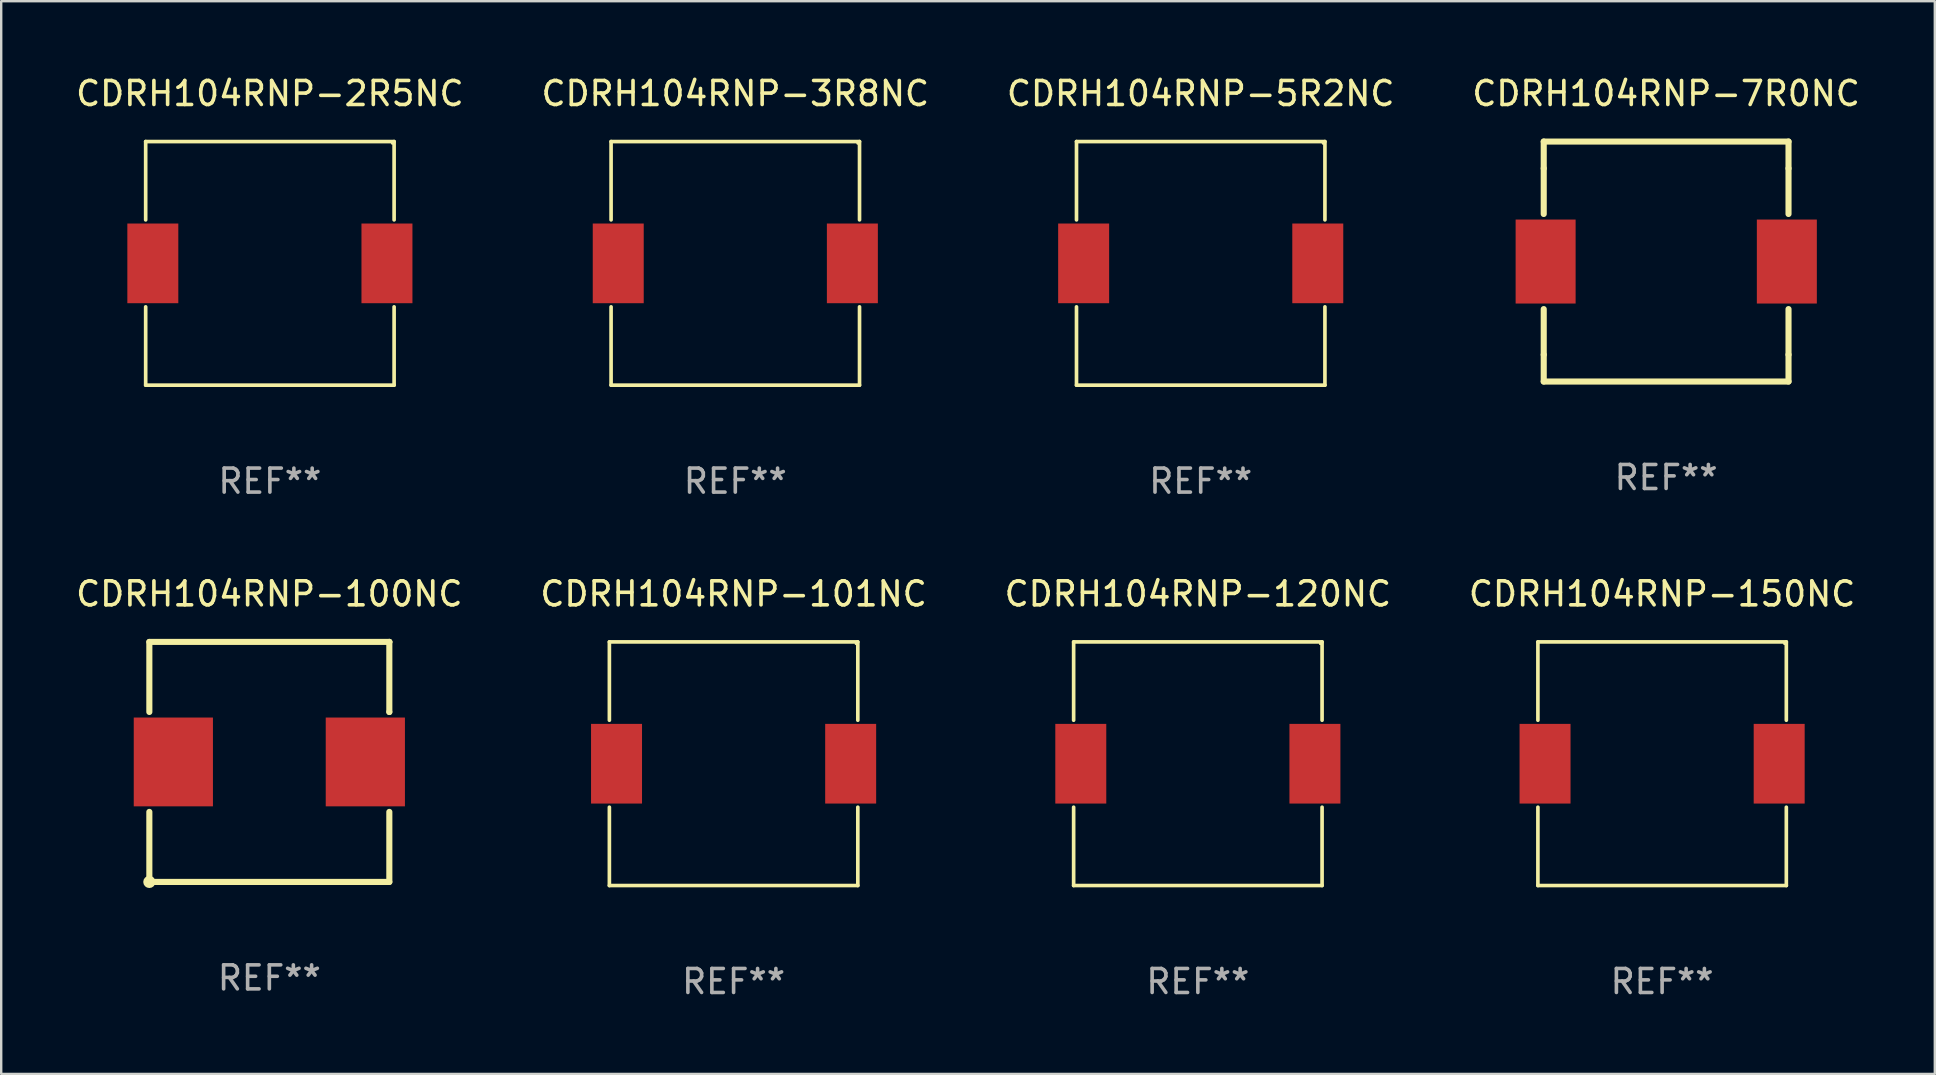
<source format=kicad_pcb>
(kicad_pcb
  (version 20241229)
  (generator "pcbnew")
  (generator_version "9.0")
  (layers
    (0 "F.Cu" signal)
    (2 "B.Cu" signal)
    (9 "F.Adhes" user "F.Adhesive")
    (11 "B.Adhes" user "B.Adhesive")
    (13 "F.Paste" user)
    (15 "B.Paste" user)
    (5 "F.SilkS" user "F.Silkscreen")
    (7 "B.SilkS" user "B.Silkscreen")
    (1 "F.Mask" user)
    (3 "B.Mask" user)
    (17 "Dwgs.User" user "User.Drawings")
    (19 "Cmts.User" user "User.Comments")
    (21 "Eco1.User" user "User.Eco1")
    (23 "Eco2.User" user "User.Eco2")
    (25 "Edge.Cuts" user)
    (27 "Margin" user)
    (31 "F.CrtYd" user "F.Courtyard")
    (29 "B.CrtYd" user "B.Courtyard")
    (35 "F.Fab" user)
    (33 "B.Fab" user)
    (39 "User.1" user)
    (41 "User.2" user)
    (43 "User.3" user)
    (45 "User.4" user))
  (footprint "CDRH104RNP-7R0NC"
    (layer "F.Cu")
    (at 66.375 7.848)
    (property "Reference" "CDRH104RNP-7R0NC" (at 0 -7 0) (layer "F.SilkS") (effects (font (size 1 1) (thickness 0.15))))
    (attr through_hole)
    (fp_line (start -5.1 -5) (end 5.1 -5) (stroke (width 0.254) (type solid)) (layer "F.SilkS"))
    (fp_line (start -5.1 -3.881) (end -5.1 -5) (stroke (width 0.254) (type solid)) (layer "F.SilkS"))
    (fp_line (start -5.1 -3.881) (end -5.1 -1.981) (stroke (width 0.254) (type solid)) (layer "F.SilkS"))
    (fp_line (start -5.1 1.981) (end -5.1 3.881) (stroke (width 0.254) (type solid)) (layer "F.SilkS"))
    (fp_line (start -5.1 5) (end -5.1 3.881) (stroke (width 0.254) (type solid)) (layer "F.SilkS"))
    (fp_line (start -5.1 5) (end 5.1 5) (stroke (width 0.254) (type solid)) (layer "F.SilkS"))
    (fp_line (start 5.1 -5) (end 5.1 -3.881) (stroke (width 0.254) (type solid)) (layer "F.SilkS"))
    (fp_line (start 5.1 -3.881) (end 5.1 -1.981) (stroke (width 0.254) (type solid)) (layer "F.SilkS"))
    (fp_line (start 5.1 1.981) (end 5.1 3.881) (stroke (width 0.254) (type solid)) (layer "F.SilkS"))
    (fp_line (start 5.1 3.881) (end 5.1 5) (stroke (width 0.254) (type solid)) (layer "F.SilkS"))
    (fp_circle (center -5.1 5) (end -5.07 5) (stroke (width 0.06) (type solid)) (fill no) (layer "F.SilkS"))
    (fp_text user "REF**" (at 0 9 0) (layer "F.Fab") (effects (font (size 1 1) (thickness 0.15))))
    (pad "1" smd rect (at -5.021 0) (size 2.5 3.5) (layers "F.Cu" "F.Mask" "F.Paste"))
    (pad "2" smd rect (at 5.03 0) (size 2.5 3.5) (layers "F.Cu" "F.Mask" "F.Paste")))
  (footprint "CDRH104RNP-2R5NC"
    (layer "F.Cu")
    (at 8.196 7.924)
    (property "Reference" "CDRH104RNP-2R5NC" (at 0 -7.076 0) (layer "F.SilkS") (effects (font (size 1 1) (thickness 0.15))))
    (attr through_hole)
    (fp_line (start -5.176 -5.076) (end 5.176 -5.076) (stroke (width 0.152) (type solid)) (layer "F.SilkS"))
    (fp_line (start -5.176 -1.812) (end -5.176 -5.076) (stroke (width 0.152) (type solid)) (layer "F.SilkS"))
    (fp_line (start -5.176 1.812) (end -5.176 5.076) (stroke (width 0.152) (type solid)) (layer "F.SilkS"))
    (fp_line (start -5.176 5.076) (end 5.176 5.076) (stroke (width 0.152) (type solid)) (layer "F.SilkS"))
    (fp_line (start 5.176 -5.076) (end 5.176 -1.812) (stroke (width 0.152) (type solid)) (layer "F.SilkS"))
    (fp_line (start 5.176 5.076) (end 5.176 1.812) (stroke (width 0.152) (type solid)) (layer "F.SilkS"))
    (fp_circle (center 5.1 -5) (end 5.13 -5) (stroke (width 0.06) (type solid)) (fill no) (layer "F.SilkS"))
    (fp_text user "REF**" (at 0 9.076 0) (layer "F.Fab") (effects (font (size 1 1) (thickness 0.15))))
    (pad "1" smd rect (at 4.878 0) (size 2.124 3.32) (layers "F.Cu" "F.Mask" "F.Paste"))
    (pad "2" smd rect (at -4.878 0) (size 2.124 3.32) (layers "F.Cu" "F.Mask" "F.Paste")))
  (footprint "CDRH104RNP-100NC"
    (layer "F.Cu")
    (at 8.173 28.698)
    (property "Reference" "CDRH104RNP-100NC" (at 0 -7.001 0) (layer "F.SilkS") (effects (font (size 1 1) (thickness 0.15))))
    (attr through_hole)
    (fp_line (start -5 -5.001) (end 5 -5.001) (stroke (width 0.254) (type solid)) (layer "F.SilkS"))
    (fp_line (start -5 -2.081) (end -5 -4.999) (stroke (width 0.254) (type solid)) (layer "F.SilkS"))
    (fp_line (start -5 5.001) (end -5 2.082) (stroke (width 0.254) (type solid)) (layer "F.SilkS"))
    (fp_line (start 5 -5.001) (end 5 -4.998) (stroke (width 0.254) (type solid)) (layer "F.SilkS"))
    (fp_line (start 5 -4.998) (end 5 -2.08) (stroke (width 0.254) (type solid)) (layer "F.SilkS"))
    (fp_line (start 5 -2.08) (end 5 -2.08) (stroke (width 0.254) (type solid)) (layer "F.SilkS"))
    (fp_line (start 5 2.082) (end 5 5.001) (stroke (width 0.254) (type solid)) (layer "F.SilkS"))
    (fp_line (start 5 5.001) (end -5 5.001) (stroke (width 0.254) (type solid)) (layer "F.SilkS"))
    (fp_circle (center -5 5.001) (end -4.873 5.001) (stroke (width 0.254) (type solid)) (fill no) (layer "F.SilkS"))
    (fp_text user "REF**" (at 0 9.001 0) (layer "F.Fab") (effects (font (size 1 1) (thickness 0.15))))
    (pad "1" smd rect (at -4 0.001) (size 3.3 3.7) (layers "F.Cu" "F.Mask" "F.Paste"))
    (pad "2" smd rect (at 4 0.001) (size 3.3 3.7) (layers "F.Cu" "F.Mask" "F.Paste")))
  (footprint "CDRH104RNP-5R2NC"
    (layer "F.Cu")
    (at 46.982 7.924)
    (property "Reference" "CDRH104RNP-5R2NC" (at 0 -7.076 0) (layer "F.SilkS") (effects (font (size 1 1) (thickness 0.15))))
    (attr through_hole)
    (fp_line (start -5.176 -5.076) (end 5.176 -5.076) (stroke (width 0.152) (type solid)) (layer "F.SilkS"))
    (fp_line (start -5.176 -1.812) (end -5.176 -5.076) (stroke (width 0.152) (type solid)) (layer "F.SilkS"))
    (fp_line (start -5.176 1.812) (end -5.176 5.076) (stroke (width 0.152) (type solid)) (layer "F.SilkS"))
    (fp_line (start -5.176 5.076) (end 5.176 5.076) (stroke (width 0.152) (type solid)) (layer "F.SilkS"))
    (fp_line (start 5.176 -5.076) (end 5.176 -1.812) (stroke (width 0.152) (type solid)) (layer "F.SilkS"))
    (fp_line (start 5.176 5.076) (end 5.176 1.812) (stroke (width 0.152) (type solid)) (layer "F.SilkS"))
    (fp_circle (center 5.1 -5) (end 5.13 -5) (stroke (width 0.06) (type solid)) (fill no) (layer "F.SilkS"))
    (fp_text user "REF**" (at 0 9.076 0) (layer "F.Fab") (effects (font (size 1 1) (thickness 0.15))))
    (pad "1" smd rect (at 4.878 0) (size 2.124 3.32) (layers "F.Cu" "F.Mask" "F.Paste"))
    (pad "2" smd rect (at -4.878 0) (size 2.124 3.32) (layers "F.Cu" "F.Mask" "F.Paste")))
  (footprint "CDRH104RNP-150NC"
    (layer "F.Cu")
    (at 66.208 28.773)
    (property "Reference" "CDRH104RNP-150NC" (at 0 -7.076 0) (layer "F.SilkS") (effects (font (size 1 1) (thickness 0.15))))
    (attr through_hole)
    (fp_line (start -5.176 -5.076) (end 5.176 -5.076) (stroke (width 0.152) (type solid)) (layer "F.SilkS"))
    (fp_line (start -5.176 -1.812) (end -5.176 -5.076) (stroke (width 0.152) (type solid)) (layer "F.SilkS"))
    (fp_line (start -5.176 1.812) (end -5.176 5.076) (stroke (width 0.152) (type solid)) (layer "F.SilkS"))
    (fp_line (start -5.176 5.076) (end 5.176 5.076) (stroke (width 0.152) (type solid)) (layer "F.SilkS"))
    (fp_line (start 5.176 -5.076) (end 5.176 -1.812) (stroke (width 0.152) (type solid)) (layer "F.SilkS"))
    (fp_line (start 5.176 5.076) (end 5.176 1.812) (stroke (width 0.152) (type solid)) (layer "F.SilkS"))
    (fp_circle (center 5.1 -5) (end 5.13 -5) (stroke (width 0.06) (type solid)) (fill no) (layer "F.SilkS"))
    (fp_text user "REF**" (at 0 9.076 0) (layer "F.Fab") (effects (font (size 1 1) (thickness 0.15))))
    (pad "1" smd rect (at 4.878 0) (size 2.124 3.32) (layers "F.Cu" "F.Mask" "F.Paste"))
    (pad "2" smd rect (at -4.878 0) (size 2.124 3.32) (layers "F.Cu" "F.Mask" "F.Paste")))
  (footprint "CDRH104RNP-120NC"
    (layer "F.Cu")
    (at 46.863 28.773)
    (property "Reference" "CDRH104RNP-120NC" (at 0 -7.076 0) (layer "F.SilkS") (effects (font (size 1 1) (thickness 0.15))))
    (attr through_hole)
    (fp_line (start -5.176 -5.076) (end 5.176 -5.076) (stroke (width 0.152) (type solid)) (layer "F.SilkS"))
    (fp_line (start -5.176 -1.812) (end -5.176 -5.076) (stroke (width 0.152) (type solid)) (layer "F.SilkS"))
    (fp_line (start -5.176 1.812) (end -5.176 5.076) (stroke (width 0.152) (type solid)) (layer "F.SilkS"))
    (fp_line (start -5.176 5.076) (end 5.176 5.076) (stroke (width 0.152) (type solid)) (layer "F.SilkS"))
    (fp_line (start 5.176 -5.076) (end 5.176 -1.812) (stroke (width 0.152) (type solid)) (layer "F.SilkS"))
    (fp_line (start 5.176 5.076) (end 5.176 1.812) (stroke (width 0.152) (type solid)) (layer "F.SilkS"))
    (fp_circle (center 5.1 -5) (end 5.13 -5) (stroke (width 0.06) (type solid)) (fill no) (layer "F.SilkS"))
    (fp_text user "REF**" (at 0 9.076 0) (layer "F.Fab") (effects (font (size 1 1) (thickness 0.15))))
    (pad "1" smd rect (at 4.878 0) (size 2.124 3.32) (layers "F.Cu" "F.Mask" "F.Paste"))
    (pad "2" smd rect (at -4.878 0) (size 2.124 3.32) (layers "F.Cu" "F.Mask" "F.Paste")))
  (footprint "CDRH104RNP-3R8NC"
    (layer "F.Cu")
    (at 27.589 7.924)
    (property "Reference" "CDRH104RNP-3R8NC" (at 0 -7.076 0) (layer "F.SilkS") (effects (font (size 1 1) (thickness 0.15))))
    (attr through_hole)
    (fp_line (start -5.176 -5.076) (end 5.176 -5.076) (stroke (width 0.152) (type solid)) (layer "F.SilkS"))
    (fp_line (start -5.176 -1.812) (end -5.176 -5.076) (stroke (width 0.152) (type solid)) (layer "F.SilkS"))
    (fp_line (start -5.176 1.812) (end -5.176 5.076) (stroke (width 0.152) (type solid)) (layer "F.SilkS"))
    (fp_line (start -5.176 5.076) (end 5.176 5.076) (stroke (width 0.152) (type solid)) (layer "F.SilkS"))
    (fp_line (start 5.176 -5.076) (end 5.176 -1.812) (stroke (width 0.152) (type solid)) (layer "F.SilkS"))
    (fp_line (start 5.176 5.076) (end 5.176 1.812) (stroke (width 0.152) (type solid)) (layer "F.SilkS"))
    (fp_circle (center 5.1 -5) (end 5.13 -5) (stroke (width 0.06) (type solid)) (fill no) (layer "F.SilkS"))
    (fp_text user "REF**" (at 0 9.076 0) (layer "F.Fab") (effects (font (size 1 1) (thickness 0.15))))
    (pad "1" smd rect (at 4.878 0) (size 2.124 3.32) (layers "F.Cu" "F.Mask" "F.Paste"))
    (pad "2" smd rect (at -4.878 0) (size 2.124 3.32) (layers "F.Cu" "F.Mask" "F.Paste")))
  (footprint "CDRH104RNP-101NC"
    (layer "F.Cu")
    (at 27.518 28.773)
    (property "Reference" "CDRH104RNP-101NC" (at 0 -7.076 0) (layer "F.SilkS") (effects (font (size 1 1) (thickness 0.15))))
    (attr through_hole)
    (fp_line (start -5.176 -5.076) (end 5.176 -5.076) (stroke (width 0.152) (type solid)) (layer "F.SilkS"))
    (fp_line (start -5.176 -1.812) (end -5.176 -5.076) (stroke (width 0.152) (type solid)) (layer "F.SilkS"))
    (fp_line (start -5.176 1.812) (end -5.176 5.076) (stroke (width 0.152) (type solid)) (layer "F.SilkS"))
    (fp_line (start -5.176 5.076) (end 5.176 5.076) (stroke (width 0.152) (type solid)) (layer "F.SilkS"))
    (fp_line (start 5.176 -5.076) (end 5.176 -1.812) (stroke (width 0.152) (type solid)) (layer "F.SilkS"))
    (fp_line (start 5.176 5.076) (end 5.176 1.812) (stroke (width 0.152) (type solid)) (layer "F.SilkS"))
    (fp_circle (center 5.1 -5) (end 5.13 -5) (stroke (width 0.06) (type solid)) (fill no) (layer "F.SilkS"))
    (fp_text user "REF**" (at 0 9.076 0) (layer "F.Fab") (effects (font (size 1 1) (thickness 0.15))))
    (pad "1" smd rect (at 4.878 0) (size 2.124 3.32) (layers "F.Cu" "F.Mask" "F.Paste"))
    (pad "2" smd rect (at -4.878 0) (size 2.124 3.32) (layers "F.Cu" "F.Mask" "F.Paste")))
  (gr_rect
    (start -3 -3)
    (end 77.571 41.698)
    (stroke (width 0.1) (type default))
    (fill no)
    (layer "Edge.Cuts")))
</source>
